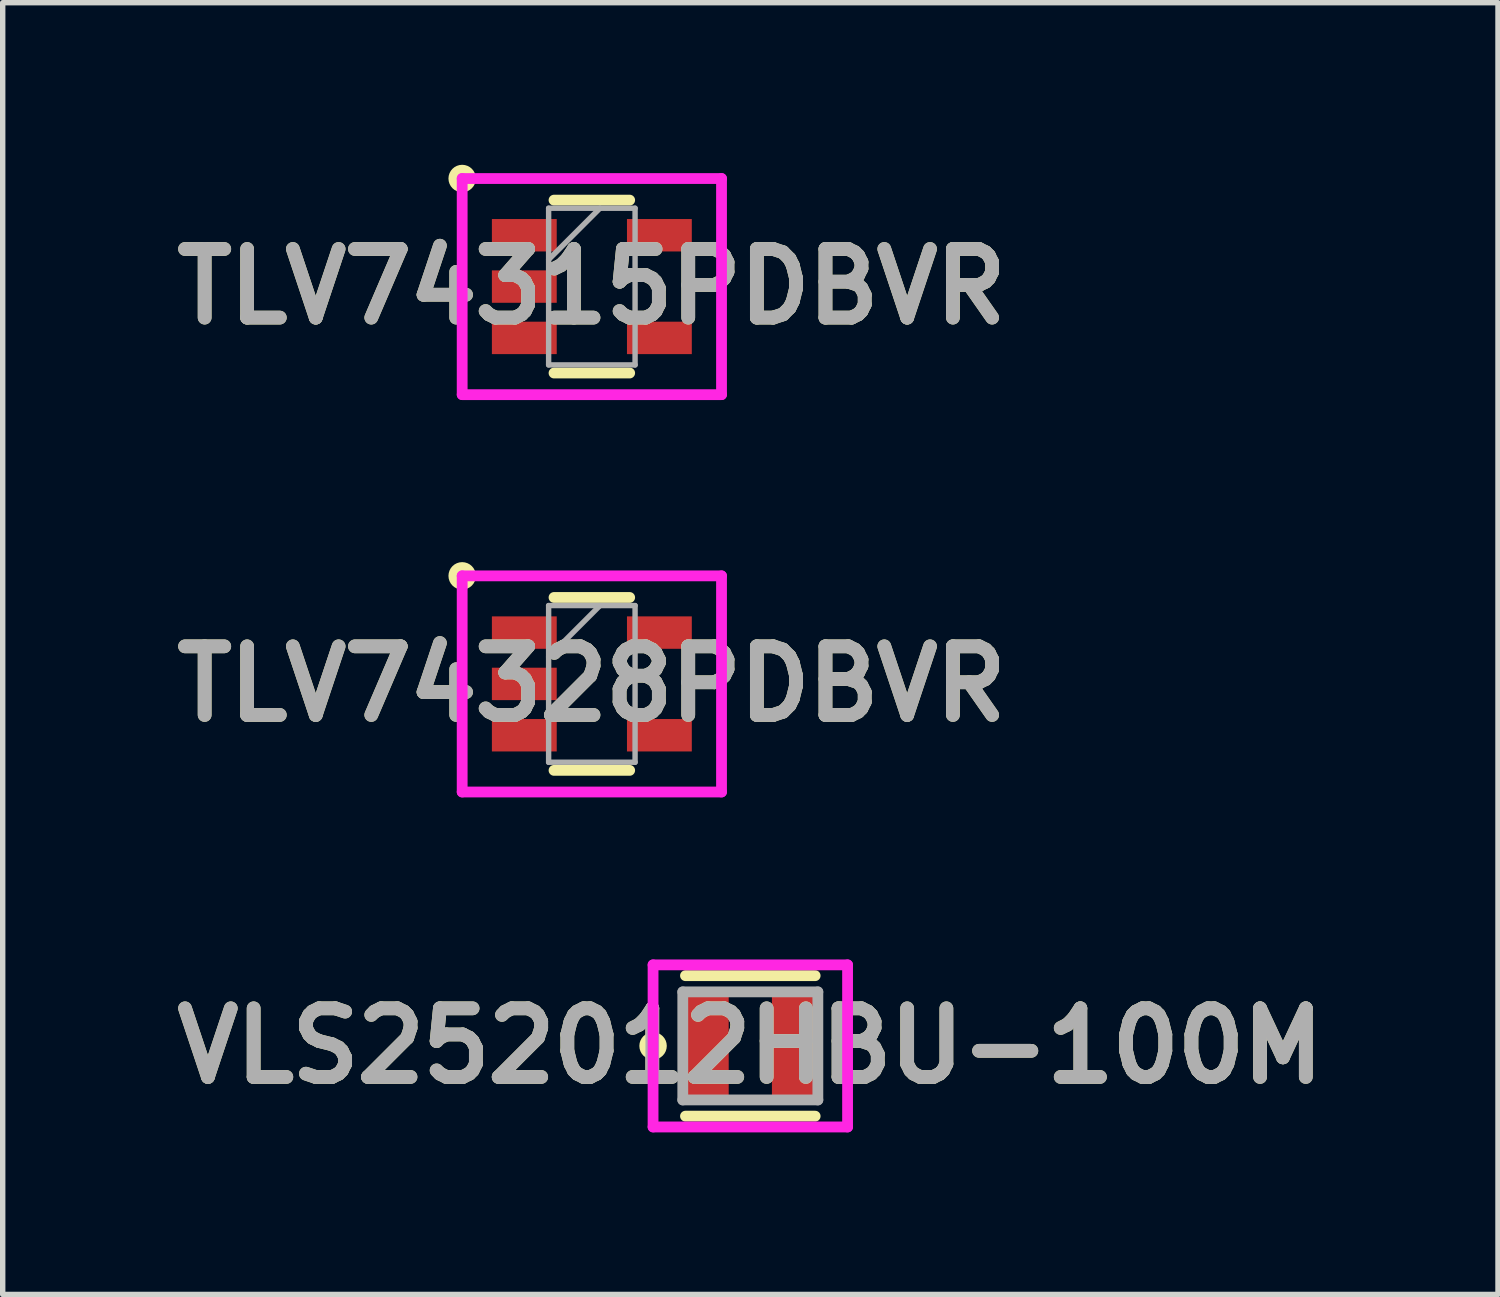
<source format=kicad_pcb>
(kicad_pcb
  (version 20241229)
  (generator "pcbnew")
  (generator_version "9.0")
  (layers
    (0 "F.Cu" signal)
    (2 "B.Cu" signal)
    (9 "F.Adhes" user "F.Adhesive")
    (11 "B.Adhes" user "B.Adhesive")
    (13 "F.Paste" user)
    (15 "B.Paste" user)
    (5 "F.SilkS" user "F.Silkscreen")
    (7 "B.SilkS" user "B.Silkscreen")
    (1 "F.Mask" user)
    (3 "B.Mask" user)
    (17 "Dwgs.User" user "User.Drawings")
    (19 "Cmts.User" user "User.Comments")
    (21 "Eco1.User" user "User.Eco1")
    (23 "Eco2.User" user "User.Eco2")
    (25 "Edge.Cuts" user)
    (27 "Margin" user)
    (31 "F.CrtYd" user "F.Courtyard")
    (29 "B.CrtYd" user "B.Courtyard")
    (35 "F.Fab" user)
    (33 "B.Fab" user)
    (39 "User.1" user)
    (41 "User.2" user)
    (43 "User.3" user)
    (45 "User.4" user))
  (footprint "TLV74315PDBVR"
    (layer "F.Cu")
    (at 7.904 2.254)
    (property "Reference" "TLV74315PDBVR" (at 0 0 0) (layer "F.SilkS") (effects (font (size 1.27 1.27) (thickness 0.254))))
    (attr smd)
    (fp_line (start -0.7 -1.6) (end 0.7 -1.6) (stroke (width 0.2) (type default)) (layer "F.SilkS"))
    (fp_line (start -0.7 1.6) (end 0.7 1.6) (stroke (width 0.2) (type default)) (layer "F.SilkS"))
    (fp_circle (center -2.4 -2) (end -2.273 -2) (stroke (width 0.254) (type solid)) (fill no) (layer "F.SilkS"))
    (fp_line (start -2.4 -2) (end 2.4 -2) (stroke (width 0.2) (type solid)) (layer "F.CrtYd"))
    (fp_line (start -2.4 2) (end -2.4 -2) (stroke (width 0.2) (type solid)) (layer "F.CrtYd"))
    (fp_line (start 2.4 -2) (end 2.4 2) (stroke (width 0.2) (type solid)) (layer "F.CrtYd"))
    (fp_line (start 2.4 2) (end -2.4 2) (stroke (width 0.2) (type solid)) (layer "F.CrtYd"))
    (fp_line (start -0.8 -1.45) (end 0.8 -1.45) (stroke (width 0.1) (type solid)) (layer "F.Fab"))
    (fp_line (start -0.8 -0.5) (end 0.15 -1.45) (stroke (width 0.1) (type solid)) (layer "F.Fab"))
    (fp_line (start -0.8 1.45) (end -0.8 -1.45) (stroke (width 0.1) (type solid)) (layer "F.Fab"))
    (fp_line (start 0.8 -1.45) (end 0.8 1.45) (stroke (width 0.1) (type solid)) (layer "F.Fab"))
    (fp_line (start 0.8 1.45) (end -0.8 1.45) (stroke (width 0.1) (type solid)) (layer "F.Fab"))
    (fp_text user "${REFERENCE}" (at 0 0 0) (layer "F.Fab") (effects (font (size 1.27 1.27) (thickness 0.254))))
    (pad "1" smd rect (at -1.25 -0.95 90) (size 0.6 1.2) (layers "F.Cu" "F.Mask" "F.Paste"))
    (pad "2" smd rect (at -1.25 0 90) (size 0.6 1.2) (layers "F.Cu" "F.Mask" "F.Paste"))
    (pad "3" smd rect (at -1.25 0.95 90) (size 0.6 1.2) (layers "F.Cu" "F.Mask" "F.Paste"))
    (pad "4" smd rect (at 1.25 0.95 90) (size 0.6 1.2) (layers "F.Cu" "F.Mask" "F.Paste"))
    (pad "5" smd rect (at 1.25 -0.95 90) (size 0.6 1.2) (layers "F.Cu" "F.Mask" "F.Paste")))
  (footprint "TLV74328PDBVR"
    (layer "F.Cu")
    (at 7.904 9.608)
    (property "Reference" "TLV74328PDBVR" (at 0 0 0) (layer "F.SilkS") (effects (font (size 1.27 1.27) (thickness 0.254))))
    (attr smd)
    (fp_line (start -0.7 -1.6) (end 0.7 -1.6) (stroke (width 0.2) (type default)) (layer "F.SilkS"))
    (fp_line (start -0.7 1.6) (end 0.7 1.6) (stroke (width 0.2) (type default)) (layer "F.SilkS"))
    (fp_circle (center -2.4 -2) (end -2.273 -2) (stroke (width 0.254) (type solid)) (fill no) (layer "F.SilkS"))
    (fp_line (start -2.4 -2) (end 2.4 -2) (stroke (width 0.2) (type solid)) (layer "F.CrtYd"))
    (fp_line (start -2.4 2) (end -2.4 -2) (stroke (width 0.2) (type solid)) (layer "F.CrtYd"))
    (fp_line (start 2.4 -2) (end 2.4 2) (stroke (width 0.2) (type solid)) (layer "F.CrtYd"))
    (fp_line (start 2.4 2) (end -2.4 2) (stroke (width 0.2) (type solid)) (layer "F.CrtYd"))
    (fp_line (start -0.8 -1.45) (end 0.8 -1.45) (stroke (width 0.1) (type solid)) (layer "F.Fab"))
    (fp_line (start -0.8 -0.5) (end 0.15 -1.45) (stroke (width 0.1) (type solid)) (layer "F.Fab"))
    (fp_line (start -0.8 1.45) (end -0.8 -1.45) (stroke (width 0.1) (type solid)) (layer "F.Fab"))
    (fp_line (start 0.8 -1.45) (end 0.8 1.45) (stroke (width 0.1) (type solid)) (layer "F.Fab"))
    (fp_line (start 0.8 1.45) (end -0.8 1.45) (stroke (width 0.1) (type solid)) (layer "F.Fab"))
    (fp_text user "${REFERENCE}" (at 0 0 0) (layer "F.Fab") (effects (font (size 1.27 1.27) (thickness 0.254))))
    (pad "1" smd rect (at -1.25 -0.95 90) (size 0.6 1.2) (layers "F.Cu" "F.Mask" "F.Paste"))
    (pad "2" smd rect (at -1.25 0 90) (size 0.6 1.2) (layers "F.Cu" "F.Mask" "F.Paste"))
    (pad "3" smd rect (at -1.25 0.95 90) (size 0.6 1.2) (layers "F.Cu" "F.Mask" "F.Paste"))
    (pad "4" smd rect (at 1.25 0.95 90) (size 0.6 1.2) (layers "F.Cu" "F.Mask" "F.Paste"))
    (pad "5" smd rect (at 1.25 -0.95 90) (size 0.6 1.2) (layers "F.Cu" "F.Mask" "F.Paste")))
  (footprint "VLS252012HBU-100M"
    (layer "F.Cu")
    (at 10.837 16.308)
    (property "Reference" "VLS252012HBU-100M" (at 0 0 0) (layer "F.SilkS") (effects (font (size 1.27 1.27) (thickness 0.254))))
    (attr smd)
    (fp_line (start -1.2 -1.3) (end 1.2 -1.3) (stroke (width 0.2) (type default)) (layer "F.SilkS"))
    (fp_line (start -1.2 1.3) (end 1.2 1.3) (stroke (width 0.2) (type default)) (layer "F.SilkS"))
    (fp_circle (center -1.8 0) (end -1.673 0) (stroke (width 0.254) (type solid)) (fill no) (layer "F.SilkS"))
    (fp_line (start -1.8 -1.5) (end 1.8 -1.5) (stroke (width 0.2) (type solid)) (layer "F.CrtYd"))
    (fp_line (start -1.8 1.5) (end -1.8 -1.5) (stroke (width 0.2) (type solid)) (layer "F.CrtYd"))
    (fp_line (start 1.8 -1.5) (end 1.8 1.5) (stroke (width 0.2) (type solid)) (layer "F.CrtYd"))
    (fp_line (start 1.8 1.5) (end -1.8 1.5) (stroke (width 0.2) (type solid)) (layer "F.CrtYd"))
    (fp_line (start -1.25 -1) (end 1.25 -1) (stroke (width 0.2) (type solid)) (layer "F.Fab"))
    (fp_line (start -1.25 1) (end -1.25 -1) (stroke (width 0.2) (type solid)) (layer "F.Fab"))
    (fp_line (start 1.25 -1) (end 1.25 1) (stroke (width 0.2) (type solid)) (layer "F.Fab"))
    (fp_line (start 1.25 1) (end -1.25 1) (stroke (width 0.2) (type solid)) (layer "F.Fab"))
    (fp_text user "${REFERENCE}" (at 0 0 0) (layer "F.Fab") (effects (font (size 1.27 1.27) (thickness 0.254))))
    (pad "1" smd rect (at -0.825 0) (size 0.85 2) (layers "F.Cu" "F.Mask" "F.Paste"))
    (pad "2" smd rect (at 0.825 0) (size 0.85 2) (layers "F.Cu" "F.Mask" "F.Paste")))
  (gr_rect
    (start -3 -3)
    (end 24.675 20.908)
    (stroke (width 0.1) (type default))
    (fill no)
    (layer "Edge.Cuts")))
</source>
